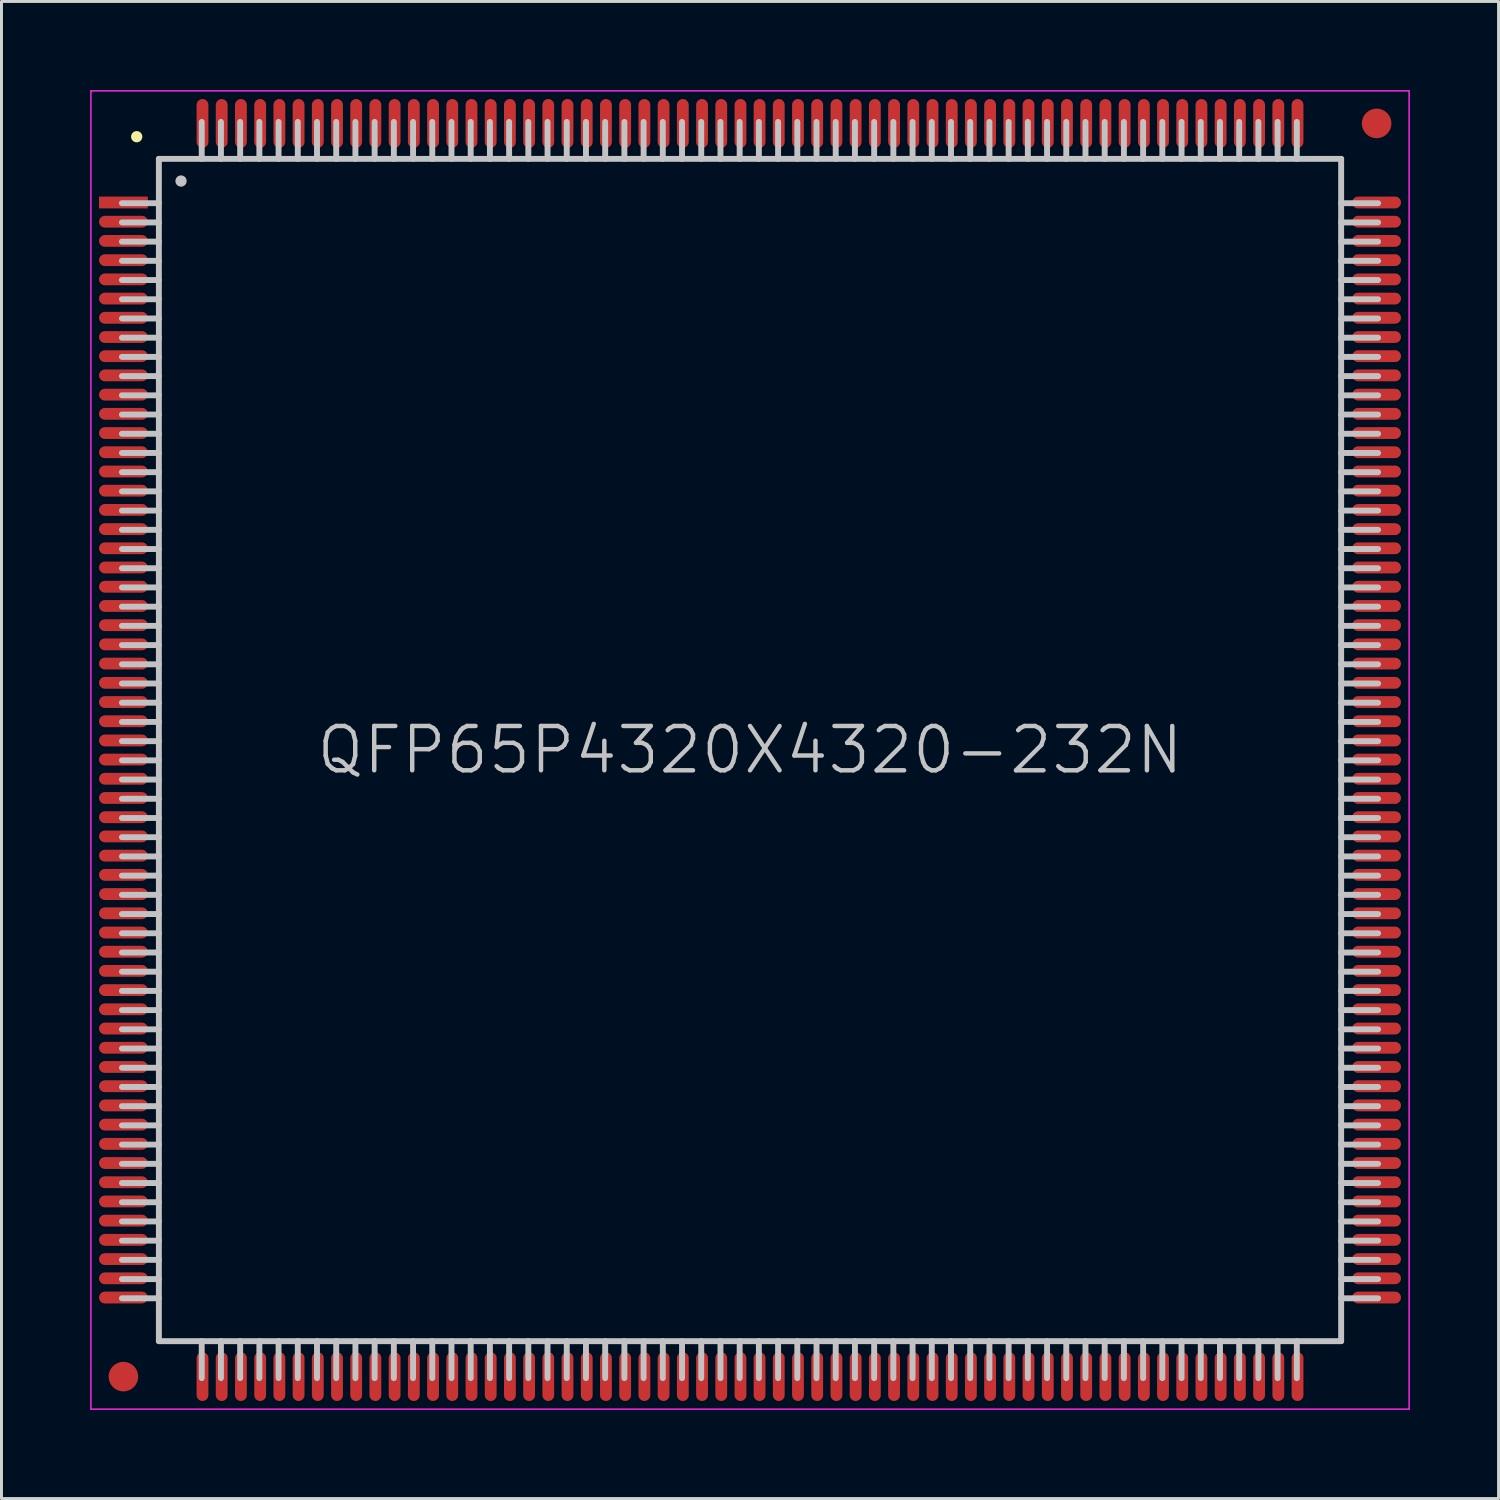
<source format=kicad_pcb>
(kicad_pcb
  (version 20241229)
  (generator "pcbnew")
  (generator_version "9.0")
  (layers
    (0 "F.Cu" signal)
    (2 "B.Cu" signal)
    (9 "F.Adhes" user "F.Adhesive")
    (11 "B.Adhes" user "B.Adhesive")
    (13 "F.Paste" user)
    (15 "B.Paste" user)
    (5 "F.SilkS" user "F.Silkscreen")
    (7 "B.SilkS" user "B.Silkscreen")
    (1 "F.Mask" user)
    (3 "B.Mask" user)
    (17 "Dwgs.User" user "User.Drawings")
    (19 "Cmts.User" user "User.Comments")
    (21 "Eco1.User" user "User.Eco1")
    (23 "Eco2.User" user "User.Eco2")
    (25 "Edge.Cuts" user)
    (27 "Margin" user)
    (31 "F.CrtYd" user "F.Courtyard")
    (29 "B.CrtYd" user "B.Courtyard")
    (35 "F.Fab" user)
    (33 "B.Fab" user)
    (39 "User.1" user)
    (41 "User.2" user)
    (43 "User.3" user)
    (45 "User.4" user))
  (footprint "QFP65P4320X4320-232N"
    (layer "F.Cu")
    (at 22.325 22.325)
    (property "Reference" "QFP65P4320X4320-232N" (at 0 0 0) (layer "Dwgs.User") (effects (font (size 1.5 1.5) (thickness 0.15))))
    (attr smd)
    (fp_line (start -20.75 -20.75) (end -20.75 -20.75) (stroke (width 0.381) (type solid)) (layer "F.SilkS"))
    (fp_line (start -20 -20) (end -20 20) (stroke (width 0.2) (type solid)) (layer "Dwgs.User"))
    (fp_line (start -20 -20) (end 20 -20) (stroke (width 0.2) (type solid)) (layer "Dwgs.User"))
    (fp_line (start -20 -18.5) (end -21.25 -18.5) (stroke (width 0.2) (type solid)) (layer "Dwgs.User"))
    (fp_line (start -20 -17.85) (end -21.25 -17.85) (stroke (width 0.2) (type solid)) (layer "Dwgs.User"))
    (fp_line (start -20 -17.2) (end -21.25 -17.2) (stroke (width 0.2) (type solid)) (layer "Dwgs.User"))
    (fp_line (start -20 -16.55) (end -21.25 -16.55) (stroke (width 0.2) (type solid)) (layer "Dwgs.User"))
    (fp_line (start -20 -15.9) (end -21.25 -15.9) (stroke (width 0.2) (type solid)) (layer "Dwgs.User"))
    (fp_line (start -20 -15.25) (end -21.25 -15.25) (stroke (width 0.2) (type solid)) (layer "Dwgs.User"))
    (fp_line (start -20 -14.6) (end -21.25 -14.6) (stroke (width 0.2) (type solid)) (layer "Dwgs.User"))
    (fp_line (start -20 -13.95) (end -21.25 -13.95) (stroke (width 0.2) (type solid)) (layer "Dwgs.User"))
    (fp_line (start -20 -13.3) (end -21.25 -13.3) (stroke (width 0.2) (type solid)) (layer "Dwgs.User"))
    (fp_line (start -20 -12.65) (end -21.25 -12.65) (stroke (width 0.2) (type solid)) (layer "Dwgs.User"))
    (fp_line (start -20 -12) (end -21.25 -12) (stroke (width 0.2) (type solid)) (layer "Dwgs.User"))
    (fp_line (start -20 -11.35) (end -21.25 -11.35) (stroke (width 0.2) (type solid)) (layer "Dwgs.User"))
    (fp_line (start -20 -10.7) (end -21.25 -10.7) (stroke (width 0.2) (type solid)) (layer "Dwgs.User"))
    (fp_line (start -20 -10.05) (end -21.25 -10.05) (stroke (width 0.2) (type solid)) (layer "Dwgs.User"))
    (fp_line (start -20 -9.4) (end -21.25 -9.4) (stroke (width 0.2) (type solid)) (layer "Dwgs.User"))
    (fp_line (start -20 -8.75) (end -21.25 -8.75) (stroke (width 0.2) (type solid)) (layer "Dwgs.User"))
    (fp_line (start -20 -8.1) (end -21.25 -8.1) (stroke (width 0.2) (type solid)) (layer "Dwgs.User"))
    (fp_line (start -20 -7.45) (end -21.25 -7.45) (stroke (width 0.2) (type solid)) (layer "Dwgs.User"))
    (fp_line (start -20 -6.8) (end -21.25 -6.8) (stroke (width 0.2) (type solid)) (layer "Dwgs.User"))
    (fp_line (start -20 -6.15) (end -21.25 -6.15) (stroke (width 0.2) (type solid)) (layer "Dwgs.User"))
    (fp_line (start -20 -5.5) (end -21.25 -5.5) (stroke (width 0.2) (type solid)) (layer "Dwgs.User"))
    (fp_line (start -20 -4.85) (end -21.25 -4.85) (stroke (width 0.2) (type solid)) (layer "Dwgs.User"))
    (fp_line (start -20 -4.2) (end -21.25 -4.2) (stroke (width 0.2) (type solid)) (layer "Dwgs.User"))
    (fp_line (start -20 -3.55) (end -21.25 -3.55) (stroke (width 0.2) (type solid)) (layer "Dwgs.User"))
    (fp_line (start -20 -2.9) (end -21.25 -2.9) (stroke (width 0.2) (type solid)) (layer "Dwgs.User"))
    (fp_line (start -20 -2.25) (end -21.25 -2.25) (stroke (width 0.2) (type solid)) (layer "Dwgs.User"))
    (fp_line (start -20 -1.6) (end -21.25 -1.6) (stroke (width 0.2) (type solid)) (layer "Dwgs.User"))
    (fp_line (start -20 -0.95) (end -21.25 -0.95) (stroke (width 0.2) (type solid)) (layer "Dwgs.User"))
    (fp_line (start -20 -0.3) (end -21.25 -0.3) (stroke (width 0.2) (type solid)) (layer "Dwgs.User"))
    (fp_line (start -20 0.35) (end -21.25 0.35) (stroke (width 0.2) (type solid)) (layer "Dwgs.User"))
    (fp_line (start -20 1) (end -21.25 1) (stroke (width 0.2) (type solid)) (layer "Dwgs.User"))
    (fp_line (start -20 1.65) (end -21.25 1.65) (stroke (width 0.2) (type solid)) (layer "Dwgs.User"))
    (fp_line (start -20 2.3) (end -21.25 2.3) (stroke (width 0.2) (type solid)) (layer "Dwgs.User"))
    (fp_line (start -20 2.95) (end -21.25 2.95) (stroke (width 0.2) (type solid)) (layer "Dwgs.User"))
    (fp_line (start -20 3.6) (end -21.25 3.6) (stroke (width 0.2) (type solid)) (layer "Dwgs.User"))
    (fp_line (start -20 4.25) (end -21.25 4.25) (stroke (width 0.2) (type solid)) (layer "Dwgs.User"))
    (fp_line (start -20 4.9) (end -21.25 4.9) (stroke (width 0.2) (type solid)) (layer "Dwgs.User"))
    (fp_line (start -20 5.55) (end -21.25 5.55) (stroke (width 0.2) (type solid)) (layer "Dwgs.User"))
    (fp_line (start -20 6.2) (end -21.25 6.2) (stroke (width 0.2) (type solid)) (layer "Dwgs.User"))
    (fp_line (start -20 6.85) (end -21.25 6.85) (stroke (width 0.2) (type solid)) (layer "Dwgs.User"))
    (fp_line (start -20 7.5) (end -21.25 7.5) (stroke (width 0.2) (type solid)) (layer "Dwgs.User"))
    (fp_line (start -20 8.15) (end -21.25 8.15) (stroke (width 0.2) (type solid)) (layer "Dwgs.User"))
    (fp_line (start -20 8.8) (end -21.25 8.8) (stroke (width 0.2) (type solid)) (layer "Dwgs.User"))
    (fp_line (start -20 9.45) (end -21.25 9.45) (stroke (width 0.2) (type solid)) (layer "Dwgs.User"))
    (fp_line (start -20 10.1) (end -21.25 10.1) (stroke (width 0.2) (type solid)) (layer "Dwgs.User"))
    (fp_line (start -20 10.75) (end -21.25 10.75) (stroke (width 0.2) (type solid)) (layer "Dwgs.User"))
    (fp_line (start -20 11.4) (end -21.25 11.4) (stroke (width 0.2) (type solid)) (layer "Dwgs.User"))
    (fp_line (start -20 12.05) (end -21.25 12.05) (stroke (width 0.2) (type solid)) (layer "Dwgs.User"))
    (fp_line (start -20 12.7) (end -21.25 12.7) (stroke (width 0.2) (type solid)) (layer "Dwgs.User"))
    (fp_line (start -20 13.35) (end -21.25 13.35) (stroke (width 0.2) (type solid)) (layer "Dwgs.User"))
    (fp_line (start -20 14) (end -21.25 14) (stroke (width 0.2) (type solid)) (layer "Dwgs.User"))
    (fp_line (start -20 14.65) (end -21.25 14.65) (stroke (width 0.2) (type solid)) (layer "Dwgs.User"))
    (fp_line (start -20 15.3) (end -21.25 15.3) (stroke (width 0.2) (type solid)) (layer "Dwgs.User"))
    (fp_line (start -20 15.95) (end -21.25 15.95) (stroke (width 0.2) (type solid)) (layer "Dwgs.User"))
    (fp_line (start -20 16.6) (end -21.25 16.6) (stroke (width 0.2) (type solid)) (layer "Dwgs.User"))
    (fp_line (start -20 17.25) (end -21.25 17.25) (stroke (width 0.2) (type solid)) (layer "Dwgs.User"))
    (fp_line (start -20 17.9) (end -21.25 17.9) (stroke (width 0.2) (type solid)) (layer "Dwgs.User"))
    (fp_line (start -20 18.55) (end -21.25 18.55) (stroke (width 0.2) (type solid)) (layer "Dwgs.User"))
    (fp_line (start -20 20) (end 20 20) (stroke (width 0.2) (type solid)) (layer "Dwgs.User"))
    (fp_line (start -19.25 -19.25) (end -19.25 -19.25) (stroke (width 0.381) (type solid)) (layer "Dwgs.User"))
    (fp_line (start -18.55 -21.25) (end -18.55 -20) (stroke (width 0.2) (type solid)) (layer "Dwgs.User"))
    (fp_line (start -18.55 20) (end -18.55 21.25) (stroke (width 0.2) (type solid)) (layer "Dwgs.User"))
    (fp_line (start -17.9 -21.25) (end -17.9 -20) (stroke (width 0.2) (type solid)) (layer "Dwgs.User"))
    (fp_line (start -17.9 20) (end -17.9 21.25) (stroke (width 0.2) (type solid)) (layer "Dwgs.User"))
    (fp_line (start -17.25 -21.25) (end -17.25 -20) (stroke (width 0.2) (type solid)) (layer "Dwgs.User"))
    (fp_line (start -17.25 20) (end -17.25 21.25) (stroke (width 0.2) (type solid)) (layer "Dwgs.User"))
    (fp_line (start -16.6 -21.25) (end -16.6 -20) (stroke (width 0.2) (type solid)) (layer "Dwgs.User"))
    (fp_line (start -16.6 20) (end -16.6 21.25) (stroke (width 0.2) (type solid)) (layer "Dwgs.User"))
    (fp_line (start -15.95 -21.25) (end -15.95 -20) (stroke (width 0.2) (type solid)) (layer "Dwgs.User"))
    (fp_line (start -15.95 20) (end -15.95 21.25) (stroke (width 0.2) (type solid)) (layer "Dwgs.User"))
    (fp_line (start -15.3 -21.25) (end -15.3 -20) (stroke (width 0.2) (type solid)) (layer "Dwgs.User"))
    (fp_line (start -15.3 20) (end -15.3 21.25) (stroke (width 0.2) (type solid)) (layer "Dwgs.User"))
    (fp_line (start -14.65 -21.25) (end -14.65 -20) (stroke (width 0.2) (type solid)) (layer "Dwgs.User"))
    (fp_line (start -14.65 20) (end -14.65 21.25) (stroke (width 0.2) (type solid)) (layer "Dwgs.User"))
    (fp_line (start -14 -21.25) (end -14 -20) (stroke (width 0.2) (type solid)) (layer "Dwgs.User"))
    (fp_line (start -14 20) (end -14 21.25) (stroke (width 0.2) (type solid)) (layer "Dwgs.User"))
    (fp_line (start -13.35 -21.25) (end -13.35 -20) (stroke (width 0.2) (type solid)) (layer "Dwgs.User"))
    (fp_line (start -13.35 20) (end -13.35 21.25) (stroke (width 0.2) (type solid)) (layer "Dwgs.User"))
    (fp_line (start -12.7 -21.25) (end -12.7 -20) (stroke (width 0.2) (type solid)) (layer "Dwgs.User"))
    (fp_line (start -12.7 20) (end -12.7 21.25) (stroke (width 0.2) (type solid)) (layer "Dwgs.User"))
    (fp_line (start -12.05 -21.25) (end -12.05 -20) (stroke (width 0.2) (type solid)) (layer "Dwgs.User"))
    (fp_line (start -12.05 20) (end -12.05 21.25) (stroke (width 0.2) (type solid)) (layer "Dwgs.User"))
    (fp_line (start -11.4 -21.25) (end -11.4 -20) (stroke (width 0.2) (type solid)) (layer "Dwgs.User"))
    (fp_line (start -11.4 20) (end -11.4 21.25) (stroke (width 0.2) (type solid)) (layer "Dwgs.User"))
    (fp_line (start -10.75 -21.25) (end -10.75 -20) (stroke (width 0.2) (type solid)) (layer "Dwgs.User"))
    (fp_line (start -10.75 20) (end -10.75 21.25) (stroke (width 0.2) (type solid)) (layer "Dwgs.User"))
    (fp_line (start -10.1 -21.25) (end -10.1 -20) (stroke (width 0.2) (type solid)) (layer "Dwgs.User"))
    (fp_line (start -10.1 20) (end -10.1 21.25) (stroke (width 0.2) (type solid)) (layer "Dwgs.User"))
    (fp_line (start -9.45 -21.25) (end -9.45 -20) (stroke (width 0.2) (type solid)) (layer "Dwgs.User"))
    (fp_line (start -9.45 20) (end -9.45 21.25) (stroke (width 0.2) (type solid)) (layer "Dwgs.User"))
    (fp_line (start -8.8 -21.25) (end -8.8 -20) (stroke (width 0.2) (type solid)) (layer "Dwgs.User"))
    (fp_line (start -8.8 20) (end -8.8 21.25) (stroke (width 0.2) (type solid)) (layer "Dwgs.User"))
    (fp_line (start -8.15 -21.25) (end -8.15 -20) (stroke (width 0.2) (type solid)) (layer "Dwgs.User"))
    (fp_line (start -8.15 20) (end -8.15 21.25) (stroke (width 0.2) (type solid)) (layer "Dwgs.User"))
    (fp_line (start -7.5 -21.25) (end -7.5 -20) (stroke (width 0.2) (type solid)) (layer "Dwgs.User"))
    (fp_line (start -7.5 20) (end -7.5 21.25) (stroke (width 0.2) (type solid)) (layer "Dwgs.User"))
    (fp_line (start -6.85 -21.25) (end -6.85 -20) (stroke (width 0.2) (type solid)) (layer "Dwgs.User"))
    (fp_line (start -6.85 20) (end -6.85 21.25) (stroke (width 0.2) (type solid)) (layer "Dwgs.User"))
    (fp_line (start -6.2 -21.25) (end -6.2 -20) (stroke (width 0.2) (type solid)) (layer "Dwgs.User"))
    (fp_line (start -6.2 20) (end -6.2 21.25) (stroke (width 0.2) (type solid)) (layer "Dwgs.User"))
    (fp_line (start -5.55 -21.25) (end -5.55 -20) (stroke (width 0.2) (type solid)) (layer "Dwgs.User"))
    (fp_line (start -5.55 20) (end -5.55 21.25) (stroke (width 0.2) (type solid)) (layer "Dwgs.User"))
    (fp_line (start -4.9 -21.25) (end -4.9 -20) (stroke (width 0.2) (type solid)) (layer "Dwgs.User"))
    (fp_line (start -4.9 20) (end -4.9 21.25) (stroke (width 0.2) (type solid)) (layer "Dwgs.User"))
    (fp_line (start -4.25 -21.25) (end -4.25 -20) (stroke (width 0.2) (type solid)) (layer "Dwgs.User"))
    (fp_line (start -4.25 20) (end -4.25 21.25) (stroke (width 0.2) (type solid)) (layer "Dwgs.User"))
    (fp_line (start -3.6 -21.25) (end -3.6 -20) (stroke (width 0.2) (type solid)) (layer "Dwgs.User"))
    (fp_line (start -3.6 20) (end -3.6 21.25) (stroke (width 0.2) (type solid)) (layer "Dwgs.User"))
    (fp_line (start -2.95 -21.25) (end -2.95 -20) (stroke (width 0.2) (type solid)) (layer "Dwgs.User"))
    (fp_line (start -2.95 20) (end -2.95 21.25) (stroke (width 0.2) (type solid)) (layer "Dwgs.User"))
    (fp_line (start -2.3 -21.25) (end -2.3 -20) (stroke (width 0.2) (type solid)) (layer "Dwgs.User"))
    (fp_line (start -2.3 20) (end -2.3 21.25) (stroke (width 0.2) (type solid)) (layer "Dwgs.User"))
    (fp_line (start -1.65 -21.25) (end -1.65 -20) (stroke (width 0.2) (type solid)) (layer "Dwgs.User"))
    (fp_line (start -1.65 20) (end -1.65 21.25) (stroke (width 0.2) (type solid)) (layer "Dwgs.User"))
    (fp_line (start -1 -21.25) (end -1 -20) (stroke (width 0.2) (type solid)) (layer "Dwgs.User"))
    (fp_line (start -1 20) (end -1 21.25) (stroke (width 0.2) (type solid)) (layer "Dwgs.User"))
    (fp_line (start -0.35 -21.25) (end -0.35 -20) (stroke (width 0.2) (type solid)) (layer "Dwgs.User"))
    (fp_line (start -0.35 20) (end -0.35 21.25) (stroke (width 0.2) (type solid)) (layer "Dwgs.User"))
    (fp_line (start 0.3 -21.25) (end 0.3 -20) (stroke (width 0.2) (type solid)) (layer "Dwgs.User"))
    (fp_line (start 0.3 20) (end 0.3 21.25) (stroke (width 0.2) (type solid)) (layer "Dwgs.User"))
    (fp_line (start 0.95 -21.25) (end 0.95 -20) (stroke (width 0.2) (type solid)) (layer "Dwgs.User"))
    (fp_line (start 0.95 20) (end 0.95 21.25) (stroke (width 0.2) (type solid)) (layer "Dwgs.User"))
    (fp_line (start 1.6 -21.25) (end 1.6 -20) (stroke (width 0.2) (type solid)) (layer "Dwgs.User"))
    (fp_line (start 1.6 20) (end 1.6 21.25) (stroke (width 0.2) (type solid)) (layer "Dwgs.User"))
    (fp_line (start 2.25 -21.25) (end 2.25 -20) (stroke (width 0.2) (type solid)) (layer "Dwgs.User"))
    (fp_line (start 2.25 20) (end 2.25 21.25) (stroke (width 0.2) (type solid)) (layer "Dwgs.User"))
    (fp_line (start 2.9 -21.25) (end 2.9 -20) (stroke (width 0.2) (type solid)) (layer "Dwgs.User"))
    (fp_line (start 2.9 20) (end 2.9 21.25) (stroke (width 0.2) (type solid)) (layer "Dwgs.User"))
    (fp_line (start 3.55 -21.25) (end 3.55 -20) (stroke (width 0.2) (type solid)) (layer "Dwgs.User"))
    (fp_line (start 3.55 20) (end 3.55 21.25) (stroke (width 0.2) (type solid)) (layer "Dwgs.User"))
    (fp_line (start 4.2 -21.25) (end 4.2 -20) (stroke (width 0.2) (type solid)) (layer "Dwgs.User"))
    (fp_line (start 4.2 20) (end 4.2 21.25) (stroke (width 0.2) (type solid)) (layer "Dwgs.User"))
    (fp_line (start 4.85 -21.25) (end 4.85 -20) (stroke (width 0.2) (type solid)) (layer "Dwgs.User"))
    (fp_line (start 4.85 20) (end 4.85 21.25) (stroke (width 0.2) (type solid)) (layer "Dwgs.User"))
    (fp_line (start 5.5 -21.25) (end 5.5 -20) (stroke (width 0.2) (type solid)) (layer "Dwgs.User"))
    (fp_line (start 5.5 20) (end 5.5 21.25) (stroke (width 0.2) (type solid)) (layer "Dwgs.User"))
    (fp_line (start 6.15 -21.25) (end 6.15 -20) (stroke (width 0.2) (type solid)) (layer "Dwgs.User"))
    (fp_line (start 6.15 20) (end 6.15 21.25) (stroke (width 0.2) (type solid)) (layer "Dwgs.User"))
    (fp_line (start 6.8 -21.25) (end 6.8 -20) (stroke (width 0.2) (type solid)) (layer "Dwgs.User"))
    (fp_line (start 6.8 20) (end 6.8 21.25) (stroke (width 0.2) (type solid)) (layer "Dwgs.User"))
    (fp_line (start 7.45 -21.25) (end 7.45 -20) (stroke (width 0.2) (type solid)) (layer "Dwgs.User"))
    (fp_line (start 7.45 20) (end 7.45 21.25) (stroke (width 0.2) (type solid)) (layer "Dwgs.User"))
    (fp_line (start 8.1 -21.25) (end 8.1 -20) (stroke (width 0.2) (type solid)) (layer "Dwgs.User"))
    (fp_line (start 8.1 20) (end 8.1 21.25) (stroke (width 0.2) (type solid)) (layer "Dwgs.User"))
    (fp_line (start 8.75 -21.25) (end 8.75 -20) (stroke (width 0.2) (type solid)) (layer "Dwgs.User"))
    (fp_line (start 8.75 20) (end 8.75 21.25) (stroke (width 0.2) (type solid)) (layer "Dwgs.User"))
    (fp_line (start 9.4 -21.25) (end 9.4 -20) (stroke (width 0.2) (type solid)) (layer "Dwgs.User"))
    (fp_line (start 9.4 20) (end 9.4 21.25) (stroke (width 0.2) (type solid)) (layer "Dwgs.User"))
    (fp_line (start 10.05 -21.25) (end 10.05 -20) (stroke (width 0.2) (type solid)) (layer "Dwgs.User"))
    (fp_line (start 10.05 20) (end 10.05 21.25) (stroke (width 0.2) (type solid)) (layer "Dwgs.User"))
    (fp_line (start 10.7 -21.25) (end 10.7 -20) (stroke (width 0.2) (type solid)) (layer "Dwgs.User"))
    (fp_line (start 10.7 20) (end 10.7 21.25) (stroke (width 0.2) (type solid)) (layer "Dwgs.User"))
    (fp_line (start 11.35 -21.25) (end 11.35 -20) (stroke (width 0.2) (type solid)) (layer "Dwgs.User"))
    (fp_line (start 11.35 20) (end 11.35 21.25) (stroke (width 0.2) (type solid)) (layer "Dwgs.User"))
    (fp_line (start 12 -21.25) (end 12 -20) (stroke (width 0.2) (type solid)) (layer "Dwgs.User"))
    (fp_line (start 12 20) (end 12 21.25) (stroke (width 0.2) (type solid)) (layer "Dwgs.User"))
    (fp_line (start 12.65 -21.25) (end 12.65 -20) (stroke (width 0.2) (type solid)) (layer "Dwgs.User"))
    (fp_line (start 12.65 20) (end 12.65 21.25) (stroke (width 0.2) (type solid)) (layer "Dwgs.User"))
    (fp_line (start 13.3 -21.25) (end 13.3 -20) (stroke (width 0.2) (type solid)) (layer "Dwgs.User"))
    (fp_line (start 13.3 20) (end 13.3 21.25) (stroke (width 0.2) (type solid)) (layer "Dwgs.User"))
    (fp_line (start 13.95 -21.25) (end 13.95 -20) (stroke (width 0.2) (type solid)) (layer "Dwgs.User"))
    (fp_line (start 13.95 20) (end 13.95 21.25) (stroke (width 0.2) (type solid)) (layer "Dwgs.User"))
    (fp_line (start 14.6 -21.25) (end 14.6 -20) (stroke (width 0.2) (type solid)) (layer "Dwgs.User"))
    (fp_line (start 14.6 20) (end 14.6 21.25) (stroke (width 0.2) (type solid)) (layer "Dwgs.User"))
    (fp_line (start 15.25 -21.25) (end 15.25 -20) (stroke (width 0.2) (type solid)) (layer "Dwgs.User"))
    (fp_line (start 15.25 20) (end 15.25 21.25) (stroke (width 0.2) (type solid)) (layer "Dwgs.User"))
    (fp_line (start 15.9 -21.25) (end 15.9 -20) (stroke (width 0.2) (type solid)) (layer "Dwgs.User"))
    (fp_line (start 15.9 20) (end 15.9 21.25) (stroke (width 0.2) (type solid)) (layer "Dwgs.User"))
    (fp_line (start 16.55 -21.25) (end 16.55 -20) (stroke (width 0.2) (type solid)) (layer "Dwgs.User"))
    (fp_line (start 16.55 20) (end 16.55 21.25) (stroke (width 0.2) (type solid)) (layer "Dwgs.User"))
    (fp_line (start 17.2 -21.25) (end 17.2 -20) (stroke (width 0.2) (type solid)) (layer "Dwgs.User"))
    (fp_line (start 17.2 20) (end 17.2 21.25) (stroke (width 0.2) (type solid)) (layer "Dwgs.User"))
    (fp_line (start 17.85 -21.25) (end 17.85 -20) (stroke (width 0.2) (type solid)) (layer "Dwgs.User"))
    (fp_line (start 17.85 20) (end 17.85 21.25) (stroke (width 0.2) (type solid)) (layer "Dwgs.User"))
    (fp_line (start 18.5 -21.25) (end 18.5 -20) (stroke (width 0.2) (type solid)) (layer "Dwgs.User"))
    (fp_line (start 18.5 20) (end 18.5 21.25) (stroke (width 0.2) (type solid)) (layer "Dwgs.User"))
    (fp_line (start 20 -20) (end 20 20) (stroke (width 0.2) (type solid)) (layer "Dwgs.User"))
    (fp_line (start 21.25 -18.5) (end 20 -18.5) (stroke (width 0.2) (type solid)) (layer "Dwgs.User"))
    (fp_line (start 21.25 -17.85) (end 20 -17.85) (stroke (width 0.2) (type solid)) (layer "Dwgs.User"))
    (fp_line (start 21.25 -17.2) (end 20 -17.2) (stroke (width 0.2) (type solid)) (layer "Dwgs.User"))
    (fp_line (start 21.25 -16.55) (end 20 -16.55) (stroke (width 0.2) (type solid)) (layer "Dwgs.User"))
    (fp_line (start 21.25 -15.9) (end 20 -15.9) (stroke (width 0.2) (type solid)) (layer "Dwgs.User"))
    (fp_line (start 21.25 -15.25) (end 20 -15.25) (stroke (width 0.2) (type solid)) (layer "Dwgs.User"))
    (fp_line (start 21.25 -14.6) (end 20 -14.6) (stroke (width 0.2) (type solid)) (layer "Dwgs.User"))
    (fp_line (start 21.25 -13.95) (end 20 -13.95) (stroke (width 0.2) (type solid)) (layer "Dwgs.User"))
    (fp_line (start 21.25 -13.3) (end 20 -13.3) (stroke (width 0.2) (type solid)) (layer "Dwgs.User"))
    (fp_line (start 21.25 -12.65) (end 20 -12.65) (stroke (width 0.2) (type solid)) (layer "Dwgs.User"))
    (fp_line (start 21.25 -12) (end 20 -12) (stroke (width 0.2) (type solid)) (layer "Dwgs.User"))
    (fp_line (start 21.25 -11.35) (end 20 -11.35) (stroke (width 0.2) (type solid)) (layer "Dwgs.User"))
    (fp_line (start 21.25 -10.7) (end 20 -10.7) (stroke (width 0.2) (type solid)) (layer "Dwgs.User"))
    (fp_line (start 21.25 -10.05) (end 20 -10.05) (stroke (width 0.2) (type solid)) (layer "Dwgs.User"))
    (fp_line (start 21.25 -9.4) (end 20 -9.4) (stroke (width 0.2) (type solid)) (layer "Dwgs.User"))
    (fp_line (start 21.25 -8.75) (end 20 -8.75) (stroke (width 0.2) (type solid)) (layer "Dwgs.User"))
    (fp_line (start 21.25 -8.1) (end 20 -8.1) (stroke (width 0.2) (type solid)) (layer "Dwgs.User"))
    (fp_line (start 21.25 -7.45) (end 20 -7.45) (stroke (width 0.2) (type solid)) (layer "Dwgs.User"))
    (fp_line (start 21.25 -6.8) (end 20 -6.8) (stroke (width 0.2) (type solid)) (layer "Dwgs.User"))
    (fp_line (start 21.25 -6.15) (end 20 -6.15) (stroke (width 0.2) (type solid)) (layer "Dwgs.User"))
    (fp_line (start 21.25 -5.5) (end 20 -5.5) (stroke (width 0.2) (type solid)) (layer "Dwgs.User"))
    (fp_line (start 21.25 -4.85) (end 20 -4.85) (stroke (width 0.2) (type solid)) (layer "Dwgs.User"))
    (fp_line (start 21.25 -4.2) (end 20 -4.2) (stroke (width 0.2) (type solid)) (layer "Dwgs.User"))
    (fp_line (start 21.25 -3.55) (end 20 -3.55) (stroke (width 0.2) (type solid)) (layer "Dwgs.User"))
    (fp_line (start 21.25 -2.9) (end 20 -2.9) (stroke (width 0.2) (type solid)) (layer "Dwgs.User"))
    (fp_line (start 21.25 -2.25) (end 20 -2.25) (stroke (width 0.2) (type solid)) (layer "Dwgs.User"))
    (fp_line (start 21.25 -1.6) (end 20 -1.6) (stroke (width 0.2) (type solid)) (layer "Dwgs.User"))
    (fp_line (start 21.25 -0.95) (end 20 -0.95) (stroke (width 0.2) (type solid)) (layer "Dwgs.User"))
    (fp_line (start 21.25 -0.3) (end 20 -0.3) (stroke (width 0.2) (type solid)) (layer "Dwgs.User"))
    (fp_line (start 21.25 0.35) (end 20 0.35) (stroke (width 0.2) (type solid)) (layer "Dwgs.User"))
    (fp_line (start 21.25 1) (end 20 1) (stroke (width 0.2) (type solid)) (layer "Dwgs.User"))
    (fp_line (start 21.25 1.65) (end 20 1.65) (stroke (width 0.2) (type solid)) (layer "Dwgs.User"))
    (fp_line (start 21.25 2.3) (end 20 2.3) (stroke (width 0.2) (type solid)) (layer "Dwgs.User"))
    (fp_line (start 21.25 2.95) (end 20 2.95) (stroke (width 0.2) (type solid)) (layer "Dwgs.User"))
    (fp_line (start 21.25 3.6) (end 20 3.6) (stroke (width 0.2) (type solid)) (layer "Dwgs.User"))
    (fp_line (start 21.25 4.25) (end 20 4.25) (stroke (width 0.2) (type solid)) (layer "Dwgs.User"))
    (fp_line (start 21.25 4.9) (end 20 4.9) (stroke (width 0.2) (type solid)) (layer "Dwgs.User"))
    (fp_line (start 21.25 5.55) (end 20 5.55) (stroke (width 0.2) (type solid)) (layer "Dwgs.User"))
    (fp_line (start 21.25 6.2) (end 20 6.2) (stroke (width 0.2) (type solid)) (layer "Dwgs.User"))
    (fp_line (start 21.25 6.85) (end 20 6.85) (stroke (width 0.2) (type solid)) (layer "Dwgs.User"))
    (fp_line (start 21.25 7.5) (end 20 7.5) (stroke (width 0.2) (type solid)) (layer "Dwgs.User"))
    (fp_line (start 21.25 8.15) (end 20 8.15) (stroke (width 0.2) (type solid)) (layer "Dwgs.User"))
    (fp_line (start 21.25 8.8) (end 20 8.8) (stroke (width 0.2) (type solid)) (layer "Dwgs.User"))
    (fp_line (start 21.25 9.45) (end 20 9.45) (stroke (width 0.2) (type solid)) (layer "Dwgs.User"))
    (fp_line (start 21.25 10.1) (end 20 10.1) (stroke (width 0.2) (type solid)) (layer "Dwgs.User"))
    (fp_line (start 21.25 10.75) (end 20 10.75) (stroke (width 0.2) (type solid)) (layer "Dwgs.User"))
    (fp_line (start 21.25 11.4) (end 20 11.4) (stroke (width 0.2) (type solid)) (layer "Dwgs.User"))
    (fp_line (start 21.25 12.05) (end 20 12.05) (stroke (width 0.2) (type solid)) (layer "Dwgs.User"))
    (fp_line (start 21.25 12.7) (end 20 12.7) (stroke (width 0.2) (type solid)) (layer "Dwgs.User"))
    (fp_line (start 21.25 13.35) (end 20 13.35) (stroke (width 0.2) (type solid)) (layer "Dwgs.User"))
    (fp_line (start 21.25 14) (end 20 14) (stroke (width 0.2) (type solid)) (layer "Dwgs.User"))
    (fp_line (start 21.25 14.65) (end 20 14.65) (stroke (width 0.2) (type solid)) (layer "Dwgs.User"))
    (fp_line (start 21.25 15.3) (end 20 15.3) (stroke (width 0.2) (type solid)) (layer "Dwgs.User"))
    (fp_line (start 21.25 15.95) (end 20 15.95) (stroke (width 0.2) (type solid)) (layer "Dwgs.User"))
    (fp_line (start 21.25 16.6) (end 20 16.6) (stroke (width 0.2) (type solid)) (layer "Dwgs.User"))
    (fp_line (start 21.25 17.25) (end 20 17.25) (stroke (width 0.2) (type solid)) (layer "Dwgs.User"))
    (fp_line (start 21.25 17.9) (end 20 17.9) (stroke (width 0.2) (type solid)) (layer "Dwgs.User"))
    (fp_line (start 21.25 18.55) (end 20 18.55) (stroke (width 0.2) (type solid)) (layer "Dwgs.User"))
    (fp_line (start -22.3 -22.3) (end -22.3 22.3) (stroke (width 0.05) (type solid)) (layer "F.CrtYd"))
    (fp_line (start -22.3 -22.3) (end 22.3 -22.3) (stroke (width 0.05) (type solid)) (layer "F.CrtYd"))
    (fp_line (start -22.3 22.3) (end 22.3 22.3) (stroke (width 0.05) (type solid)) (layer "F.CrtYd"))
    (fp_line (start 22.3 -22.3) (end 22.3 22.3) (stroke (width 0.05) (type solid)) (layer "F.CrtYd"))
    (pad "" smd circle (at -21.2 21.2) (size 1 1) (layers "F.Cu" "F.Mask"))
    (pad "" smd circle (at 21.2 -21.2) (size 1 1) (layers "F.Cu" "F.Mask"))
    (pad "1" smd rect (at -21.199 -18.524 90) (size 0.4 1.65) (layers "F.Cu" "F.Mask" "F.Paste"))
    (pad "2" smd oval (at -21.199 -17.874 90) (size 0.4 1.65) (layers "F.Cu" "F.Mask" "F.Paste"))
    (pad "3" smd oval (at -21.199 -17.224 90) (size 0.4 1.65) (layers "F.Cu" "F.Mask" "F.Paste"))
    (pad "4" smd oval (at -21.199 -16.573 90) (size 0.4 1.65) (layers "F.Cu" "F.Mask" "F.Paste"))
    (pad "5" smd oval (at -21.199 -15.923 90) (size 0.4 1.65) (layers "F.Cu" "F.Mask" "F.Paste"))
    (pad "6" smd oval (at -21.199 -15.273 90) (size 0.4 1.65) (layers "F.Cu" "F.Mask" "F.Paste"))
    (pad "7" smd oval (at -21.199 -14.623 90) (size 0.4 1.65) (layers "F.Cu" "F.Mask" "F.Paste"))
    (pad "8" smd oval (at -21.199 -13.973 90) (size 0.4 1.65) (layers "F.Cu" "F.Mask" "F.Paste"))
    (pad "9" smd oval (at -21.199 -13.325 90) (size 0.4 1.65) (layers "F.Cu" "F.Mask" "F.Paste"))
    (pad "10" smd oval (at -21.199 -12.675 90) (size 0.4 1.65) (layers "F.Cu" "F.Mask" "F.Paste"))
    (pad "11" smd oval (at -21.199 -12.024 90) (size 0.4 1.65) (layers "F.Cu" "F.Mask" "F.Paste"))
    (pad "12" smd oval (at -21.199 -11.374 90) (size 0.4 1.65) (layers "F.Cu" "F.Mask" "F.Paste"))
    (pad "13" smd oval (at -21.199 -10.724 90) (size 0.4 1.65) (layers "F.Cu" "F.Mask" "F.Paste"))
    (pad "14" smd oval (at -21.199 -10.074 90) (size 0.4 1.65) (layers "F.Cu" "F.Mask" "F.Paste"))
    (pad "15" smd oval (at -21.199 -9.423 90) (size 0.4 1.65) (layers "F.Cu" "F.Mask" "F.Paste"))
    (pad "16" smd oval (at -21.199 -8.773 90) (size 0.4 1.65) (layers "F.Cu" "F.Mask" "F.Paste"))
    (pad "17" smd oval (at -21.199 -8.123 90) (size 0.4 1.65) (layers "F.Cu" "F.Mask" "F.Paste"))
    (pad "18" smd oval (at -21.199 -7.473 90) (size 0.4 1.65) (layers "F.Cu" "F.Mask" "F.Paste"))
    (pad "19" smd oval (at -21.199 -6.825 90) (size 0.4 1.65) (layers "F.Cu" "F.Mask" "F.Paste"))
    (pad "20" smd oval (at -21.199 -6.175 90) (size 0.4 1.65) (layers "F.Cu" "F.Mask" "F.Paste"))
    (pad "21" smd oval (at -21.199 -5.524 90) (size 0.4 1.65) (layers "F.Cu" "F.Mask" "F.Paste"))
    (pad "22" smd oval (at -21.199 -4.874 90) (size 0.4 1.65) (layers "F.Cu" "F.Mask" "F.Paste"))
    (pad "23" smd oval (at -21.199 -4.224 90) (size 0.4 1.65) (layers "F.Cu" "F.Mask" "F.Paste"))
    (pad "24" smd oval (at -21.199 -3.574 90) (size 0.4 1.65) (layers "F.Cu" "F.Mask" "F.Paste"))
    (pad "25" smd oval (at -21.199 -2.924 90) (size 0.4 1.65) (layers "F.Cu" "F.Mask" "F.Paste"))
    (pad "26" smd oval (at -21.199 -2.273 90) (size 0.4 1.65) (layers "F.Cu" "F.Mask" "F.Paste"))
    (pad "27" smd oval (at -21.199 -1.623 90) (size 0.4 1.65) (layers "F.Cu" "F.Mask" "F.Paste"))
    (pad "28" smd oval (at -21.199 -0.973 90) (size 0.4 1.65) (layers "F.Cu" "F.Mask" "F.Paste"))
    (pad "29" smd oval (at -21.199 -0.323 90) (size 0.4 1.65) (layers "F.Cu" "F.Mask" "F.Paste"))
    (pad "30" smd oval (at -21.199 0.323 90) (size 0.4 1.65) (layers "F.Cu" "F.Mask" "F.Paste"))
    (pad "31" smd oval (at -21.199 0.973 90) (size 0.4 1.65) (layers "F.Cu" "F.Mask" "F.Paste"))
    (pad "32" smd oval (at -21.199 1.623 90) (size 0.4 1.65) (layers "F.Cu" "F.Mask" "F.Paste"))
    (pad "33" smd oval (at -21.199 2.273 90) (size 0.4 1.65) (layers "F.Cu" "F.Mask" "F.Paste"))
    (pad "34" smd oval (at -21.199 2.924 90) (size 0.4 1.65) (layers "F.Cu" "F.Mask" "F.Paste"))
    (pad "35" smd oval (at -21.199 3.574 90) (size 0.4 1.65) (layers "F.Cu" "F.Mask" "F.Paste"))
    (pad "36" smd oval (at -21.199 4.224 90) (size 0.4 1.65) (layers "F.Cu" "F.Mask" "F.Paste"))
    (pad "37" smd oval (at -21.199 4.874 90) (size 0.4 1.65) (layers "F.Cu" "F.Mask" "F.Paste"))
    (pad "38" smd oval (at -21.199 5.524 90) (size 0.4 1.65) (layers "F.Cu" "F.Mask" "F.Paste"))
    (pad "39" smd oval (at -21.199 6.175 90) (size 0.4 1.65) (layers "F.Cu" "F.Mask" "F.Paste"))
    (pad "40" smd oval (at -21.199 6.825 90) (size 0.4 1.65) (layers "F.Cu" "F.Mask" "F.Paste"))
    (pad "41" smd oval (at -21.199 7.473 90) (size 0.4 1.65) (layers "F.Cu" "F.Mask" "F.Paste"))
    (pad "42" smd oval (at -21.199 8.123 90) (size 0.4 1.65) (layers "F.Cu" "F.Mask" "F.Paste"))
    (pad "43" smd oval (at -21.199 8.773 90) (size 0.4 1.65) (layers "F.Cu" "F.Mask" "F.Paste"))
    (pad "44" smd oval (at -21.199 9.423 90) (size 0.4 1.65) (layers "F.Cu" "F.Mask" "F.Paste"))
    (pad "45" smd oval (at -21.199 10.074 90) (size 0.4 1.65) (layers "F.Cu" "F.Mask" "F.Paste"))
    (pad "46" smd oval (at -21.199 10.724 90) (size 0.4 1.65) (layers "F.Cu" "F.Mask" "F.Paste"))
    (pad "47" smd oval (at -21.199 11.374 90) (size 0.4 1.65) (layers "F.Cu" "F.Mask" "F.Paste"))
    (pad "48" smd oval (at -21.199 12.024 90) (size 0.4 1.65) (layers "F.Cu" "F.Mask" "F.Paste"))
    (pad "49" smd oval (at -21.199 12.675 90) (size 0.4 1.65) (layers "F.Cu" "F.Mask" "F.Paste"))
    (pad "50" smd oval (at -21.199 13.325 90) (size 0.4 1.65) (layers "F.Cu" "F.Mask" "F.Paste"))
    (pad "51" smd oval (at -21.199 13.973 90) (size 0.4 1.65) (layers "F.Cu" "F.Mask" "F.Paste"))
    (pad "52" smd oval (at -21.199 14.623 90) (size 0.4 1.65) (layers "F.Cu" "F.Mask" "F.Paste"))
    (pad "53" smd oval (at -21.199 15.273 90) (size 0.4 1.65) (layers "F.Cu" "F.Mask" "F.Paste"))
    (pad "54" smd oval (at -21.199 15.923 90) (size 0.4 1.65) (layers "F.Cu" "F.Mask" "F.Paste"))
    (pad "55" smd oval (at -21.199 16.573 90) (size 0.4 1.65) (layers "F.Cu" "F.Mask" "F.Paste"))
    (pad "56" smd oval (at -21.199 17.224 90) (size 0.4 1.65) (layers "F.Cu" "F.Mask" "F.Paste"))
    (pad "57" smd oval (at -21.199 17.874 90) (size 0.4 1.65) (layers "F.Cu" "F.Mask" "F.Paste"))
    (pad "58" smd oval (at -21.199 18.524 90) (size 0.4 1.65) (layers "F.Cu" "F.Mask" "F.Paste"))
    (pad "59" smd oval (at -18.524 21.199 180) (size 0.4 1.65) (layers "F.Cu" "F.Mask" "F.Paste"))
    (pad "60" smd oval (at -17.874 21.199 180) (size 0.4 1.65) (layers "F.Cu" "F.Mask" "F.Paste"))
    (pad "61" smd oval (at -17.224 21.199 180) (size 0.4 1.65) (layers "F.Cu" "F.Mask" "F.Paste"))
    (pad "62" smd oval (at -16.573 21.199 180) (size 0.4 1.65) (layers "F.Cu" "F.Mask" "F.Paste"))
    (pad "63" smd oval (at -15.923 21.199 180) (size 0.4 1.65) (layers "F.Cu" "F.Mask" "F.Paste"))
    (pad "64" smd oval (at -15.273 21.199 180) (size 0.4 1.65) (layers "F.Cu" "F.Mask" "F.Paste"))
    (pad "65" smd oval (at -14.623 21.199 180) (size 0.4 1.65) (layers "F.Cu" "F.Mask" "F.Paste"))
    (pad "66" smd oval (at -13.973 21.199 180) (size 0.4 1.65) (layers "F.Cu" "F.Mask" "F.Paste"))
    (pad "67" smd oval (at -13.325 21.199 180) (size 0.4 1.65) (layers "F.Cu" "F.Mask" "F.Paste"))
    (pad "68" smd oval (at -12.675 21.199 180) (size 0.4 1.65) (layers "F.Cu" "F.Mask" "F.Paste"))
    (pad "69" smd oval (at -12.024 21.199 180) (size 0.4 1.65) (layers "F.Cu" "F.Mask" "F.Paste"))
    (pad "70" smd oval (at -11.374 21.199 180) (size 0.4 1.65) (layers "F.Cu" "F.Mask" "F.Paste"))
    (pad "71" smd oval (at -10.724 21.199 180) (size 0.4 1.65) (layers "F.Cu" "F.Mask" "F.Paste"))
    (pad "72" smd oval (at -10.074 21.199 180) (size 0.4 1.65) (layers "F.Cu" "F.Mask" "F.Paste"))
    (pad "73" smd oval (at -9.423 21.199 180) (size 0.4 1.65) (layers "F.Cu" "F.Mask" "F.Paste"))
    (pad "74" smd oval (at -8.773 21.199 180) (size 0.4 1.65) (layers "F.Cu" "F.Mask" "F.Paste"))
    (pad "75" smd oval (at -8.123 21.199 180) (size 0.4 1.65) (layers "F.Cu" "F.Mask" "F.Paste"))
    (pad "76" smd oval (at -7.473 21.199 180) (size 0.4 1.65) (layers "F.Cu" "F.Mask" "F.Paste"))
    (pad "77" smd oval (at -6.825 21.199 180) (size 0.4 1.65) (layers "F.Cu" "F.Mask" "F.Paste"))
    (pad "78" smd oval (at -6.175 21.199 180) (size 0.4 1.65) (layers "F.Cu" "F.Mask" "F.Paste"))
    (pad "79" smd oval (at -5.524 21.199 180) (size 0.4 1.65) (layers "F.Cu" "F.Mask" "F.Paste"))
    (pad "80" smd oval (at -4.874 21.199 180) (size 0.4 1.65) (layers "F.Cu" "F.Mask" "F.Paste"))
    (pad "81" smd oval (at -4.224 21.199 180) (size 0.4 1.65) (layers "F.Cu" "F.Mask" "F.Paste"))
    (pad "82" smd oval (at -3.574 21.199 180) (size 0.4 1.65) (layers "F.Cu" "F.Mask" "F.Paste"))
    (pad "83" smd oval (at -2.924 21.199 180) (size 0.4 1.65) (layers "F.Cu" "F.Mask" "F.Paste"))
    (pad "84" smd oval (at -2.273 21.199 180) (size 0.4 1.65) (layers "F.Cu" "F.Mask" "F.Paste"))
    (pad "85" smd oval (at -1.623 21.199 180) (size 0.4 1.65) (layers "F.Cu" "F.Mask" "F.Paste"))
    (pad "86" smd oval (at -0.973 21.199 180) (size 0.4 1.65) (layers "F.Cu" "F.Mask" "F.Paste"))
    (pad "87" smd oval (at -0.323 21.199 180) (size 0.4 1.65) (layers "F.Cu" "F.Mask" "F.Paste"))
    (pad "88" smd oval (at 0.323 21.199 180) (size 0.4 1.65) (layers "F.Cu" "F.Mask" "F.Paste"))
    (pad "89" smd oval (at 0.973 21.199 180) (size 0.4 1.65) (layers "F.Cu" "F.Mask" "F.Paste"))
    (pad "90" smd oval (at 1.623 21.199 180) (size 0.4 1.65) (layers "F.Cu" "F.Mask" "F.Paste"))
    (pad "91" smd oval (at 2.273 21.199 180) (size 0.4 1.65) (layers "F.Cu" "F.Mask" "F.Paste"))
    (pad "92" smd oval (at 2.924 21.199 180) (size 0.4 1.65) (layers "F.Cu" "F.Mask" "F.Paste"))
    (pad "93" smd oval (at 3.574 21.199 180) (size 0.4 1.65) (layers "F.Cu" "F.Mask" "F.Paste"))
    (pad "94" smd oval (at 4.224 21.199 180) (size 0.4 1.65) (layers "F.Cu" "F.Mask" "F.Paste"))
    (pad "95" smd oval (at 4.874 21.199 180) (size 0.4 1.65) (layers "F.Cu" "F.Mask" "F.Paste"))
    (pad "96" smd oval (at 5.524 21.199 180) (size 0.4 1.65) (layers "F.Cu" "F.Mask" "F.Paste"))
    (pad "97" smd oval (at 6.175 21.199 180) (size 0.4 1.65) (layers "F.Cu" "F.Mask" "F.Paste"))
    (pad "98" smd oval (at 6.825 21.199 180) (size 0.4 1.65) (layers "F.Cu" "F.Mask" "F.Paste"))
    (pad "99" smd oval (at 7.473 21.199 180) (size 0.4 1.65) (layers "F.Cu" "F.Mask" "F.Paste"))
    (pad "100" smd oval (at 8.123 21.199 180) (size 0.4 1.65) (layers "F.Cu" "F.Mask" "F.Paste"))
    (pad "101" smd oval (at 8.773 21.199 180) (size 0.4 1.65) (layers "F.Cu" "F.Mask" "F.Paste"))
    (pad "102" smd oval (at 9.423 21.199 180) (size 0.4 1.65) (layers "F.Cu" "F.Mask" "F.Paste"))
    (pad "103" smd oval (at 10.074 21.199 180) (size 0.4 1.65) (layers "F.Cu" "F.Mask" "F.Paste"))
    (pad "104" smd oval (at 10.724 21.199 180) (size 0.4 1.65) (layers "F.Cu" "F.Mask" "F.Paste"))
    (pad "105" smd oval (at 11.374 21.199 180) (size 0.4 1.65) (layers "F.Cu" "F.Mask" "F.Paste"))
    (pad "106" smd oval (at 12.024 21.199 180) (size 0.4 1.65) (layers "F.Cu" "F.Mask" "F.Paste"))
    (pad "107" smd oval (at 12.675 21.199 180) (size 0.4 1.65) (layers "F.Cu" "F.Mask" "F.Paste"))
    (pad "108" smd oval (at 13.325 21.199 180) (size 0.4 1.65) (layers "F.Cu" "F.Mask" "F.Paste"))
    (pad "109" smd oval (at 13.973 21.199 180) (size 0.4 1.65) (layers "F.Cu" "F.Mask" "F.Paste"))
    (pad "110" smd oval (at 14.623 21.199 180) (size 0.4 1.65) (layers "F.Cu" "F.Mask" "F.Paste"))
    (pad "111" smd oval (at 15.273 21.199 180) (size 0.4 1.65) (layers "F.Cu" "F.Mask" "F.Paste"))
    (pad "112" smd oval (at 15.923 21.199 180) (size 0.4 1.65) (layers "F.Cu" "F.Mask" "F.Paste"))
    (pad "113" smd oval (at 16.573 21.199 180) (size 0.4 1.65) (layers "F.Cu" "F.Mask" "F.Paste"))
    (pad "114" smd oval (at 17.224 21.199 180) (size 0.4 1.65) (layers "F.Cu" "F.Mask" "F.Paste"))
    (pad "115" smd oval (at 17.874 21.199 180) (size 0.4 1.65) (layers "F.Cu" "F.Mask" "F.Paste"))
    (pad "116" smd oval (at 18.524 21.199 180) (size 0.4 1.65) (layers "F.Cu" "F.Mask" "F.Paste"))
    (pad "117" smd oval (at 21.199 18.524 270) (size 0.4 1.65) (layers "F.Cu" "F.Mask" "F.Paste"))
    (pad "118" smd oval (at 21.199 17.874 270) (size 0.4 1.65) (layers "F.Cu" "F.Mask" "F.Paste"))
    (pad "119" smd oval (at 21.199 17.224 270) (size 0.4 1.65) (layers "F.Cu" "F.Mask" "F.Paste"))
    (pad "120" smd oval (at 21.199 16.573 270) (size 0.4 1.65) (layers "F.Cu" "F.Mask" "F.Paste"))
    (pad "121" smd oval (at 21.199 15.923 270) (size 0.4 1.65) (layers "F.Cu" "F.Mask" "F.Paste"))
    (pad "122" smd oval (at 21.199 15.273 270) (size 0.4 1.65) (layers "F.Cu" "F.Mask" "F.Paste"))
    (pad "123" smd oval (at 21.199 14.623 270) (size 0.4 1.65) (layers "F.Cu" "F.Mask" "F.Paste"))
    (pad "124" smd oval (at 21.199 13.973 270) (size 0.4 1.65) (layers "F.Cu" "F.Mask" "F.Paste"))
    (pad "125" smd oval (at 21.199 13.325 270) (size 0.4 1.65) (layers "F.Cu" "F.Mask" "F.Paste"))
    (pad "126" smd oval (at 21.199 12.675 270) (size 0.4 1.65) (layers "F.Cu" "F.Mask" "F.Paste"))
    (pad "127" smd oval (at 21.199 12.024 270) (size 0.4 1.65) (layers "F.Cu" "F.Mask" "F.Paste"))
    (pad "128" smd oval (at 21.199 11.374 270) (size 0.4 1.65) (layers "F.Cu" "F.Mask" "F.Paste"))
    (pad "129" smd oval (at 21.199 10.724 270) (size 0.4 1.65) (layers "F.Cu" "F.Mask" "F.Paste"))
    (pad "130" smd oval (at 21.199 10.074 270) (size 0.4 1.65) (layers "F.Cu" "F.Mask" "F.Paste"))
    (pad "131" smd oval (at 21.199 9.423 270) (size 0.4 1.65) (layers "F.Cu" "F.Mask" "F.Paste"))
    (pad "132" smd oval (at 21.199 8.773 270) (size 0.4 1.65) (layers "F.Cu" "F.Mask" "F.Paste"))
    (pad "133" smd oval (at 21.199 8.123 270) (size 0.4 1.65) (layers "F.Cu" "F.Mask" "F.Paste"))
    (pad "134" smd oval (at 21.199 7.473 270) (size 0.4 1.65) (layers "F.Cu" "F.Mask" "F.Paste"))
    (pad "135" smd oval (at 21.199 6.825 270) (size 0.4 1.65) (layers "F.Cu" "F.Mask" "F.Paste"))
    (pad "136" smd oval (at 21.199 6.175 270) (size 0.4 1.65) (layers "F.Cu" "F.Mask" "F.Paste"))
    (pad "137" smd oval (at 21.199 5.524 270) (size 0.4 1.65) (layers "F.Cu" "F.Mask" "F.Paste"))
    (pad "138" smd oval (at 21.199 4.874 270) (size 0.4 1.65) (layers "F.Cu" "F.Mask" "F.Paste"))
    (pad "139" smd oval (at 21.199 4.224 270) (size 0.4 1.65) (layers "F.Cu" "F.Mask" "F.Paste"))
    (pad "140" smd oval (at 21.199 3.574 270) (size 0.4 1.65) (layers "F.Cu" "F.Mask" "F.Paste"))
    (pad "141" smd oval (at 21.199 2.924 270) (size 0.4 1.65) (layers "F.Cu" "F.Mask" "F.Paste"))
    (pad "142" smd oval (at 21.199 2.273 270) (size 0.4 1.65) (layers "F.Cu" "F.Mask" "F.Paste"))
    (pad "143" smd oval (at 21.199 1.623 270) (size 0.4 1.65) (layers "F.Cu" "F.Mask" "F.Paste"))
    (pad "144" smd oval (at 21.199 0.973 270) (size 0.4 1.65) (layers "F.Cu" "F.Mask" "F.Paste"))
    (pad "145" smd oval (at 21.199 0.323 270) (size 0.4 1.65) (layers "F.Cu" "F.Mask" "F.Paste"))
    (pad "146" smd oval (at 21.199 -0.323 270) (size 0.4 1.65) (layers "F.Cu" "F.Mask" "F.Paste"))
    (pad "147" smd oval (at 21.199 -0.973 270) (size 0.4 1.65) (layers "F.Cu" "F.Mask" "F.Paste"))
    (pad "148" smd oval (at 21.199 -1.623 270) (size 0.4 1.65) (layers "F.Cu" "F.Mask" "F.Paste"))
    (pad "149" smd oval (at 21.199 -2.273 270) (size 0.4 1.65) (layers "F.Cu" "F.Mask" "F.Paste"))
    (pad "150" smd oval (at 21.199 -2.924 270) (size 0.4 1.65) (layers "F.Cu" "F.Mask" "F.Paste"))
    (pad "151" smd oval (at 21.199 -3.574 270) (size 0.4 1.65) (layers "F.Cu" "F.Mask" "F.Paste"))
    (pad "152" smd oval (at 21.199 -4.224 270) (size 0.4 1.65) (layers "F.Cu" "F.Mask" "F.Paste"))
    (pad "153" smd oval (at 21.199 -4.874 270) (size 0.4 1.65) (layers "F.Cu" "F.Mask" "F.Paste"))
    (pad "154" smd oval (at 21.199 -5.524 270) (size 0.4 1.65) (layers "F.Cu" "F.Mask" "F.Paste"))
    (pad "155" smd oval (at 21.199 -6.175 270) (size 0.4 1.65) (layers "F.Cu" "F.Mask" "F.Paste"))
    (pad "156" smd oval (at 21.199 -6.825 270) (size 0.4 1.65) (layers "F.Cu" "F.Mask" "F.Paste"))
    (pad "157" smd oval (at 21.199 -7.473 270) (size 0.4 1.65) (layers "F.Cu" "F.Mask" "F.Paste"))
    (pad "158" smd oval (at 21.199 -8.123 270) (size 0.4 1.65) (layers "F.Cu" "F.Mask" "F.Paste"))
    (pad "159" smd oval (at 21.199 -8.773 270) (size 0.4 1.65) (layers "F.Cu" "F.Mask" "F.Paste"))
    (pad "160" smd oval (at 21.199 -9.423 270) (size 0.4 1.65) (layers "F.Cu" "F.Mask" "F.Paste"))
    (pad "161" smd oval (at 21.199 -10.074 270) (size 0.4 1.65) (layers "F.Cu" "F.Mask" "F.Paste"))
    (pad "162" smd oval (at 21.199 -10.724 270) (size 0.4 1.65) (layers "F.Cu" "F.Mask" "F.Paste"))
    (pad "163" smd oval (at 21.199 -11.374 270) (size 0.4 1.65) (layers "F.Cu" "F.Mask" "F.Paste"))
    (pad "164" smd oval (at 21.199 -12.024 270) (size 0.4 1.65) (layers "F.Cu" "F.Mask" "F.Paste"))
    (pad "165" smd oval (at 21.199 -12.675 270) (size 0.4 1.65) (layers "F.Cu" "F.Mask" "F.Paste"))
    (pad "166" smd oval (at 21.199 -13.325 270) (size 0.4 1.65) (layers "F.Cu" "F.Mask" "F.Paste"))
    (pad "167" smd oval (at 21.199 -13.973 270) (size 0.4 1.65) (layers "F.Cu" "F.Mask" "F.Paste"))
    (pad "168" smd oval (at 21.199 -14.623 270) (size 0.4 1.65) (layers "F.Cu" "F.Mask" "F.Paste"))
    (pad "169" smd oval (at 21.199 -15.273 270) (size 0.4 1.65) (layers "F.Cu" "F.Mask" "F.Paste"))
    (pad "170" smd oval (at 21.199 -15.923 270) (size 0.4 1.65) (layers "F.Cu" "F.Mask" "F.Paste"))
    (pad "171" smd oval (at 21.199 -16.573 270) (size 0.4 1.65) (layers "F.Cu" "F.Mask" "F.Paste"))
    (pad "172" smd oval (at 21.199 -17.224 270) (size 0.4 1.65) (layers "F.Cu" "F.Mask" "F.Paste"))
    (pad "173" smd oval (at 21.199 -17.874 270) (size 0.4 1.65) (layers "F.Cu" "F.Mask" "F.Paste"))
    (pad "174" smd oval (at 21.199 -18.524 270) (size 0.4 1.65) (layers "F.Cu" "F.Mask" "F.Paste"))
    (pad "175" smd oval (at 18.524 -21.199) (size 0.4 1.65) (layers "F.Cu" "F.Mask" "F.Paste"))
    (pad "176" smd oval (at 17.874 -21.199) (size 0.4 1.65) (layers "F.Cu" "F.Mask" "F.Paste"))
    (pad "177" smd oval (at 17.224 -21.199) (size 0.4 1.65) (layers "F.Cu" "F.Mask" "F.Paste"))
    (pad "178" smd oval (at 16.573 -21.199) (size 0.4 1.65) (layers "F.Cu" "F.Mask" "F.Paste"))
    (pad "179" smd oval (at 15.923 -21.199) (size 0.4 1.65) (layers "F.Cu" "F.Mask" "F.Paste"))
    (pad "180" smd oval (at 15.273 -21.199) (size 0.4 1.65) (layers "F.Cu" "F.Mask" "F.Paste"))
    (pad "181" smd oval (at 14.623 -21.199) (size 0.4 1.65) (layers "F.Cu" "F.Mask" "F.Paste"))
    (pad "182" smd oval (at 13.973 -21.199) (size 0.4 1.65) (layers "F.Cu" "F.Mask" "F.Paste"))
    (pad "183" smd oval (at 13.325 -21.199) (size 0.4 1.65) (layers "F.Cu" "F.Mask" "F.Paste"))
    (pad "184" smd oval (at 12.675 -21.199) (size 0.4 1.65) (layers "F.Cu" "F.Mask" "F.Paste"))
    (pad "185" smd oval (at 12.024 -21.199) (size 0.4 1.65) (layers "F.Cu" "F.Mask" "F.Paste"))
    (pad "186" smd oval (at 11.374 -21.199) (size 0.4 1.65) (layers "F.Cu" "F.Mask" "F.Paste"))
    (pad "187" smd oval (at 10.724 -21.199) (size 0.4 1.65) (layers "F.Cu" "F.Mask" "F.Paste"))
    (pad "188" smd oval (at 10.074 -21.199) (size 0.4 1.65) (layers "F.Cu" "F.Mask" "F.Paste"))
    (pad "189" smd oval (at 9.423 -21.199) (size 0.4 1.65) (layers "F.Cu" "F.Mask" "F.Paste"))
    (pad "190" smd oval (at 8.773 -21.199) (size 0.4 1.65) (layers "F.Cu" "F.Mask" "F.Paste"))
    (pad "191" smd oval (at 8.123 -21.199) (size 0.4 1.65) (layers "F.Cu" "F.Mask" "F.Paste"))
    (pad "192" smd oval (at 7.473 -21.199) (size 0.4 1.65) (layers "F.Cu" "F.Mask" "F.Paste"))
    (pad "193" smd oval (at 6.825 -21.199) (size 0.4 1.65) (layers "F.Cu" "F.Mask" "F.Paste"))
    (pad "194" smd oval (at 6.175 -21.199) (size 0.4 1.65) (layers "F.Cu" "F.Mask" "F.Paste"))
    (pad "195" smd oval (at 5.524 -21.199) (size 0.4 1.65) (layers "F.Cu" "F.Mask" "F.Paste"))
    (pad "196" smd oval (at 4.874 -21.199) (size 0.4 1.65) (layers "F.Cu" "F.Mask" "F.Paste"))
    (pad "197" smd oval (at 4.224 -21.199) (size 0.4 1.65) (layers "F.Cu" "F.Mask" "F.Paste"))
    (pad "198" smd oval (at 3.574 -21.199) (size 0.4 1.65) (layers "F.Cu" "F.Mask" "F.Paste"))
    (pad "199" smd oval (at 2.924 -21.199) (size 0.4 1.65) (layers "F.Cu" "F.Mask" "F.Paste"))
    (pad "200" smd oval (at 2.273 -21.199) (size 0.4 1.65) (layers "F.Cu" "F.Mask" "F.Paste"))
    (pad "201" smd oval (at 1.623 -21.199) (size 0.4 1.65) (layers "F.Cu" "F.Mask" "F.Paste"))
    (pad "202" smd oval (at 0.973 -21.199) (size 0.4 1.65) (layers "F.Cu" "F.Mask" "F.Paste"))
    (pad "203" smd oval (at 0.323 -21.199) (size 0.4 1.65) (layers "F.Cu" "F.Mask" "F.Paste"))
    (pad "204" smd oval (at -0.323 -21.199) (size 0.4 1.65) (layers "F.Cu" "F.Mask" "F.Paste"))
    (pad "205" smd oval (at -0.973 -21.199) (size 0.4 1.65) (layers "F.Cu" "F.Mask" "F.Paste"))
    (pad "206" smd oval (at -1.623 -21.199) (size 0.4 1.65) (layers "F.Cu" "F.Mask" "F.Paste"))
    (pad "207" smd oval (at -2.273 -21.199) (size 0.4 1.65) (layers "F.Cu" "F.Mask" "F.Paste"))
    (pad "208" smd oval (at -2.924 -21.199) (size 0.4 1.65) (layers "F.Cu" "F.Mask" "F.Paste"))
    (pad "209" smd oval (at -3.574 -21.199) (size 0.4 1.65) (layers "F.Cu" "F.Mask" "F.Paste"))
    (pad "210" smd oval (at -4.224 -21.199) (size 0.4 1.65) (layers "F.Cu" "F.Mask" "F.Paste"))
    (pad "211" smd oval (at -4.874 -21.199) (size 0.4 1.65) (layers "F.Cu" "F.Mask" "F.Paste"))
    (pad "212" smd oval (at -5.524 -21.199) (size 0.4 1.65) (layers "F.Cu" "F.Mask" "F.Paste"))
    (pad "213" smd oval (at -6.175 -21.199) (size 0.4 1.65) (layers "F.Cu" "F.Mask" "F.Paste"))
    (pad "214" smd oval (at -6.825 -21.199) (size 0.4 1.65) (layers "F.Cu" "F.Mask" "F.Paste"))
    (pad "215" smd oval (at -7.473 -21.199) (size 0.4 1.65) (layers "F.Cu" "F.Mask" "F.Paste"))
    (pad "216" smd oval (at -8.123 -21.199) (size 0.4 1.65) (layers "F.Cu" "F.Mask" "F.Paste"))
    (pad "217" smd oval (at -8.773 -21.199) (size 0.4 1.65) (layers "F.Cu" "F.Mask" "F.Paste"))
    (pad "218" smd oval (at -9.423 -21.199) (size 0.4 1.65) (layers "F.Cu" "F.Mask" "F.Paste"))
    (pad "219" smd oval (at -10.074 -21.199) (size 0.4 1.65) (layers "F.Cu" "F.Mask" "F.Paste"))
    (pad "220" smd oval (at -10.724 -21.199) (size 0.4 1.65) (layers "F.Cu" "F.Mask" "F.Paste"))
    (pad "221" smd oval (at -11.374 -21.199) (size 0.4 1.65) (layers "F.Cu" "F.Mask" "F.Paste"))
    (pad "222" smd oval (at -12.024 -21.199) (size 0.4 1.65) (layers "F.Cu" "F.Mask" "F.Paste"))
    (pad "223" smd oval (at -12.675 -21.199) (size 0.4 1.65) (layers "F.Cu" "F.Mask" "F.Paste"))
    (pad "224" smd oval (at -13.325 -21.199) (size 0.4 1.65) (layers "F.Cu" "F.Mask" "F.Paste"))
    (pad "225" smd oval (at -13.973 -21.199) (size 0.4 1.65) (layers "F.Cu" "F.Mask" "F.Paste"))
    (pad "226" smd oval (at -14.623 -21.199) (size 0.4 1.65) (layers "F.Cu" "F.Mask" "F.Paste"))
    (pad "227" smd oval (at -15.273 -21.199) (size 0.4 1.65) (layers "F.Cu" "F.Mask" "F.Paste"))
    (pad "228" smd oval (at -15.923 -21.199) (size 0.4 1.65) (layers "F.Cu" "F.Mask" "F.Paste"))
    (pad "229" smd oval (at -16.573 -21.199) (size 0.4 1.65) (layers "F.Cu" "F.Mask" "F.Paste"))
    (pad "230" smd oval (at -17.224 -21.199) (size 0.4 1.65) (layers "F.Cu" "F.Mask" "F.Paste"))
    (pad "231" smd oval (at -17.874 -21.199) (size 0.4 1.65) (layers "F.Cu" "F.Mask" "F.Paste"))
    (pad "232" smd oval (at -18.524 -21.199) (size 0.4 1.65) (layers "F.Cu" "F.Mask" "F.Paste")))
  (gr_rect
    (start -3 -3)
    (end 47.65 47.65)
    (stroke (width 0.1) (type default))
    (fill no)
    (layer "Edge.Cuts")))
</source>
